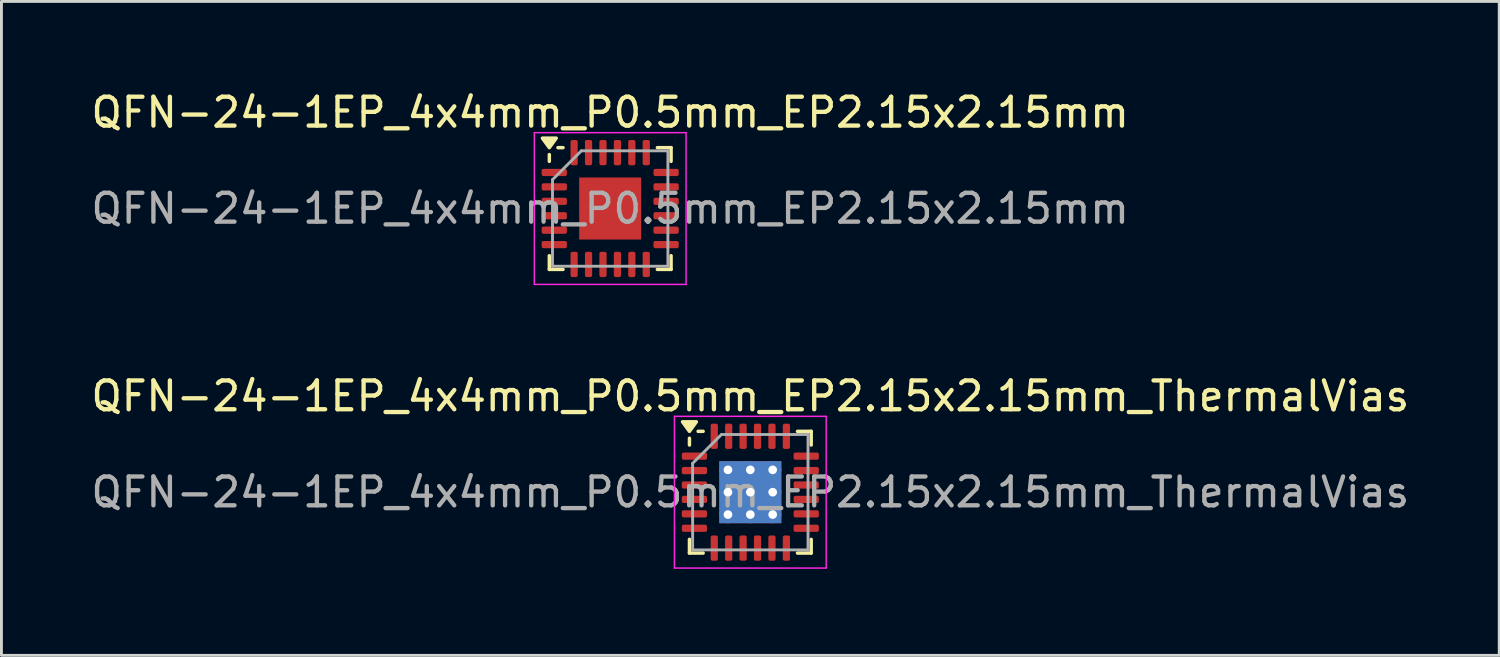
<source format=kicad_pcb>
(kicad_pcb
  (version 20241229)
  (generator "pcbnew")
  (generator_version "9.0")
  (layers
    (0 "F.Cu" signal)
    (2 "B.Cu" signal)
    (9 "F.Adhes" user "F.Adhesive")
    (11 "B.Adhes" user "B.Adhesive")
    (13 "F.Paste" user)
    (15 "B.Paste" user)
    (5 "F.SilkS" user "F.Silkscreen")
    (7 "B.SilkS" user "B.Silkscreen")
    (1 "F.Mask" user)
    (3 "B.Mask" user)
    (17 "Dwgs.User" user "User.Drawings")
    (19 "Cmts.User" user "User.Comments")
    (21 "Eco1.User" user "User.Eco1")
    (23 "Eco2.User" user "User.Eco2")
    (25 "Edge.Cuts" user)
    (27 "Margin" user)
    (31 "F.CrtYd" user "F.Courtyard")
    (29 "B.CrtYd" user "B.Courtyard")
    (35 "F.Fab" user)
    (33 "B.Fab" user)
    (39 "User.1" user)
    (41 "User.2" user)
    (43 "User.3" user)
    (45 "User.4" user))
  (footprint "QFN-24-1EP_4x4mm_P0.5mm_EP2.15x2.15mm_ThermalVias"
    (layer "F.Cu")
    (at 22.958 14.011)
    (property "Reference" "QFN-24-1EP_4x4mm_P0.5mm_EP2.15x2.15mm_ThermalVias" (at 0 -3.33 0) (layer "F.SilkS") (effects (font (size 1 1) (thickness 0.15))))
    (attr smd)
    (fp_line (start -2.11 -1.635) (end -2.11 -1.87) (stroke (width 0.12) (type solid)) (layer "F.SilkS"))
    (fp_line (start -2.11 2.11) (end -2.11 1.635) (stroke (width 0.12) (type solid)) (layer "F.SilkS"))
    (fp_line (start -1.635 -2.11) (end -1.81 -2.11) (stroke (width 0.12) (type solid)) (layer "F.SilkS"))
    (fp_line (start -1.635 2.11) (end -2.11 2.11) (stroke (width 0.12) (type solid)) (layer "F.SilkS"))
    (fp_line (start 1.635 -2.11) (end 2.11 -2.11) (stroke (width 0.12) (type solid)) (layer "F.SilkS"))
    (fp_line (start 1.635 2.11) (end 2.11 2.11) (stroke (width 0.12) (type solid)) (layer "F.SilkS"))
    (fp_line (start 2.11 -2.11) (end 2.11 -1.635) (stroke (width 0.12) (type solid)) (layer "F.SilkS"))
    (fp_line (start 2.11 2.11) (end 2.11 1.635) (stroke (width 0.12) (type solid)) (layer "F.SilkS"))
    (fp_poly (pts (xy -2.11 -2.11) (xy -2.35 -2.44) (xy -1.87 -2.44) (xy -2.11 -2.11)) (stroke (width 0.12) (type solid)) (fill yes) (layer "F.SilkS"))
    (fp_line (start -2.63 -2.63) (end -2.63 2.63) (stroke (width 0.05) (type solid)) (layer "F.CrtYd"))
    (fp_line (start -2.63 2.63) (end 2.63 2.63) (stroke (width 0.05) (type solid)) (layer "F.CrtYd"))
    (fp_line (start 2.63 -2.63) (end -2.63 -2.63) (stroke (width 0.05) (type solid)) (layer "F.CrtYd"))
    (fp_line (start 2.63 2.63) (end 2.63 -2.63) (stroke (width 0.05) (type solid)) (layer "F.CrtYd"))
    (fp_line (start -2 -1) (end -1 -2) (stroke (width 0.1) (type solid)) (layer "F.Fab"))
    (fp_line (start -2 2) (end -2 -1) (stroke (width 0.1) (type solid)) (layer "F.Fab"))
    (fp_line (start -1 -2) (end 2 -2) (stroke (width 0.1) (type solid)) (layer "F.Fab"))
    (fp_line (start 2 -2) (end 2 2) (stroke (width 0.1) (type solid)) (layer "F.Fab"))
    (fp_line (start 2 2) (end -2 2) (stroke (width 0.1) (type solid)) (layer "F.Fab"))
    (fp_text user "${REFERENCE}" (at 0 0 0) (layer "F.Fab") (effects (font (size 1 1) (thickness 0.15))))
    (pad "" smd roundrect (at -0.54 -0.54) (size 0.87 0.87) (layers "F.Paste") (roundrect_rratio 0.25))
    (pad "" smd roundrect (at -0.54 0.54) (size 0.87 0.87) (layers "F.Paste") (roundrect_rratio 0.25))
    (pad "" smd roundrect (at 0.54 -0.54) (size 0.87 0.87) (layers "F.Paste") (roundrect_rratio 0.25))
    (pad "" smd roundrect (at 0.54 0.54) (size 0.87 0.87) (layers "F.Paste") (roundrect_rratio 0.25))
    (pad "1" smd roundrect (at -1.938 -1.25) (size 0.875 0.25) (layers "F.Cu" "F.Mask" "F.Paste") (roundrect_rratio 0.25))
    (pad "2" smd roundrect (at -1.938 -0.75) (size 0.875 0.25) (layers "F.Cu" "F.Mask" "F.Paste") (roundrect_rratio 0.25))
    (pad "3" smd roundrect (at -1.938 -0.25) (size 0.875 0.25) (layers "F.Cu" "F.Mask" "F.Paste") (roundrect_rratio 0.25))
    (pad "4" smd roundrect (at -1.938 0.25) (size 0.875 0.25) (layers "F.Cu" "F.Mask" "F.Paste") (roundrect_rratio 0.25))
    (pad "5" smd roundrect (at -1.938 0.75) (size 0.875 0.25) (layers "F.Cu" "F.Mask" "F.Paste") (roundrect_rratio 0.25))
    (pad "6" smd roundrect (at -1.938 1.25) (size 0.875 0.25) (layers "F.Cu" "F.Mask" "F.Paste") (roundrect_rratio 0.25))
    (pad "7" smd roundrect (at -1.25 1.938) (size 0.25 0.875) (layers "F.Cu" "F.Mask" "F.Paste") (roundrect_rratio 0.25))
    (pad "8" smd roundrect (at -0.75 1.938) (size 0.25 0.875) (layers "F.Cu" "F.Mask" "F.Paste") (roundrect_rratio 0.25))
    (pad "9" smd roundrect (at -0.25 1.938) (size 0.25 0.875) (layers "F.Cu" "F.Mask" "F.Paste") (roundrect_rratio 0.25))
    (pad "10" smd roundrect (at 0.25 1.938) (size 0.25 0.875) (layers "F.Cu" "F.Mask" "F.Paste") (roundrect_rratio 0.25))
    (pad "11" smd roundrect (at 0.75 1.938) (size 0.25 0.875) (layers "F.Cu" "F.Mask" "F.Paste") (roundrect_rratio 0.25))
    (pad "12" smd roundrect (at 1.25 1.938) (size 0.25 0.875) (layers "F.Cu" "F.Mask" "F.Paste") (roundrect_rratio 0.25))
    (pad "13" smd roundrect (at 1.938 1.25) (size 0.875 0.25) (layers "F.Cu" "F.Mask" "F.Paste") (roundrect_rratio 0.25))
    (pad "14" smd roundrect (at 1.938 0.75) (size 0.875 0.25) (layers "F.Cu" "F.Mask" "F.Paste") (roundrect_rratio 0.25))
    (pad "15" smd roundrect (at 1.938 0.25) (size 0.875 0.25) (layers "F.Cu" "F.Mask" "F.Paste") (roundrect_rratio 0.25))
    (pad "16" smd roundrect (at 1.938 -0.25) (size 0.875 0.25) (layers "F.Cu" "F.Mask" "F.Paste") (roundrect_rratio 0.25))
    (pad "17" smd roundrect (at 1.938 -0.75) (size 0.875 0.25) (layers "F.Cu" "F.Mask" "F.Paste") (roundrect_rratio 0.25))
    (pad "18" smd roundrect (at 1.938 -1.25) (size 0.875 0.25) (layers "F.Cu" "F.Mask" "F.Paste") (roundrect_rratio 0.25))
    (pad "19" smd roundrect (at 1.25 -1.938) (size 0.25 0.875) (layers "F.Cu" "F.Mask" "F.Paste") (roundrect_rratio 0.25))
    (pad "20" smd roundrect (at 0.75 -1.938) (size 0.25 0.875) (layers "F.Cu" "F.Mask" "F.Paste") (roundrect_rratio 0.25))
    (pad "21" smd roundrect (at 0.25 -1.938) (size 0.25 0.875) (layers "F.Cu" "F.Mask" "F.Paste") (roundrect_rratio 0.25))
    (pad "22" smd roundrect (at -0.25 -1.938) (size 0.25 0.875) (layers "F.Cu" "F.Mask" "F.Paste") (roundrect_rratio 0.25))
    (pad "23" smd roundrect (at -0.75 -1.938) (size 0.25 0.875) (layers "F.Cu" "F.Mask" "F.Paste") (roundrect_rratio 0.25))
    (pad "24" smd roundrect (at -1.25 -1.938) (size 0.25 0.875) (layers "F.Cu" "F.Mask" "F.Paste") (roundrect_rratio 0.25))
    (pad "25" thru_hole circle (at -0.775 -0.775) (size 0.6 0.6) (drill 0.3) (property pad_prop_heatsink) (layers "*.Cu"))
    (pad "25" thru_hole circle (at -0.775 0) (size 0.6 0.6) (drill 0.3) (property pad_prop_heatsink) (layers "*.Cu"))
    (pad "25" thru_hole circle (at -0.775 0.775) (size 0.6 0.6) (drill 0.3) (property pad_prop_heatsink) (layers "*.Cu"))
    (pad "25" thru_hole circle (at 0 -0.775) (size 0.6 0.6) (drill 0.3) (property pad_prop_heatsink) (layers "*.Cu"))
    (pad "25" thru_hole circle (at 0 0) (size 0.6 0.6) (drill 0.3) (property pad_prop_heatsink) (layers "*.Cu"))
    (pad "25" smd rect (at 0 0) (size 2.15 2.15) (property pad_prop_heatsink) (layers "F.Cu" "F.Mask"))
    (pad "25" smd rect (at 0 0) (size 2.15 2.15) (property pad_prop_heatsink) (layers "B.Cu"))
    (pad "25" thru_hole circle (at 0 0.775) (size 0.6 0.6) (drill 0.3) (property pad_prop_heatsink) (layers "*.Cu"))
    (pad "25" thru_hole circle (at 0.775 -0.775) (size 0.6 0.6) (drill 0.3) (property pad_prop_heatsink) (layers "*.Cu"))
    (pad "25" thru_hole circle (at 0.775 0) (size 0.6 0.6) (drill 0.3) (property pad_prop_heatsink) (layers "*.Cu"))
    (pad "25" thru_hole circle (at 0.775 0.775) (size 0.6 0.6) (drill 0.3) (property pad_prop_heatsink) (layers "*.Cu")))
  (footprint "QFN-24-1EP_4x4mm_P0.5mm_EP2.15x2.15mm"
    (layer "F.Cu")
    (at 18.101 4.178)
    (property "Reference" "QFN-24-1EP_4x4mm_P0.5mm_EP2.15x2.15mm" (at 0 -3.33 0) (layer "F.SilkS") (effects (font (size 1 1) (thickness 0.15))))
    (attr smd)
    (fp_line (start -2.11 -1.635) (end -2.11 -1.87) (stroke (width 0.12) (type solid)) (layer "F.SilkS"))
    (fp_line (start -2.11 2.11) (end -2.11 1.635) (stroke (width 0.12) (type solid)) (layer "F.SilkS"))
    (fp_line (start -1.635 -2.11) (end -1.81 -2.11) (stroke (width 0.12) (type solid)) (layer "F.SilkS"))
    (fp_line (start -1.635 2.11) (end -2.11 2.11) (stroke (width 0.12) (type solid)) (layer "F.SilkS"))
    (fp_line (start 1.635 -2.11) (end 2.11 -2.11) (stroke (width 0.12) (type solid)) (layer "F.SilkS"))
    (fp_line (start 1.635 2.11) (end 2.11 2.11) (stroke (width 0.12) (type solid)) (layer "F.SilkS"))
    (fp_line (start 2.11 -2.11) (end 2.11 -1.635) (stroke (width 0.12) (type solid)) (layer "F.SilkS"))
    (fp_line (start 2.11 2.11) (end 2.11 1.635) (stroke (width 0.12) (type solid)) (layer "F.SilkS"))
    (fp_poly (pts (xy -2.11 -2.11) (xy -2.35 -2.44) (xy -1.87 -2.44) (xy -2.11 -2.11)) (stroke (width 0.12) (type solid)) (fill yes) (layer "F.SilkS"))
    (fp_line (start -2.63 -2.63) (end -2.63 2.63) (stroke (width 0.05) (type solid)) (layer "F.CrtYd"))
    (fp_line (start -2.63 2.63) (end 2.63 2.63) (stroke (width 0.05) (type solid)) (layer "F.CrtYd"))
    (fp_line (start 2.63 -2.63) (end -2.63 -2.63) (stroke (width 0.05) (type solid)) (layer "F.CrtYd"))
    (fp_line (start 2.63 2.63) (end 2.63 -2.63) (stroke (width 0.05) (type solid)) (layer "F.CrtYd"))
    (fp_line (start -2 -1) (end -1 -2) (stroke (width 0.1) (type solid)) (layer "F.Fab"))
    (fp_line (start -2 2) (end -2 -1) (stroke (width 0.1) (type solid)) (layer "F.Fab"))
    (fp_line (start -1 -2) (end 2 -2) (stroke (width 0.1) (type solid)) (layer "F.Fab"))
    (fp_line (start 2 -2) (end 2 2) (stroke (width 0.1) (type solid)) (layer "F.Fab"))
    (fp_line (start 2 2) (end -2 2) (stroke (width 0.1) (type solid)) (layer "F.Fab"))
    (fp_text user "${REFERENCE}" (at 0 0 0) (layer "F.Fab") (effects (font (size 1 1) (thickness 0.15))))
    (pad "" smd roundrect (at -0.54 -0.54) (size 0.87 0.87) (layers "F.Paste") (roundrect_rratio 0.25))
    (pad "" smd roundrect (at -0.54 0.54) (size 0.87 0.87) (layers "F.Paste") (roundrect_rratio 0.25))
    (pad "" smd roundrect (at 0.54 -0.54) (size 0.87 0.87) (layers "F.Paste") (roundrect_rratio 0.25))
    (pad "" smd roundrect (at 0.54 0.54) (size 0.87 0.87) (layers "F.Paste") (roundrect_rratio 0.25))
    (pad "1" smd roundrect (at -1.938 -1.25) (size 0.875 0.25) (layers "F.Cu" "F.Mask" "F.Paste") (roundrect_rratio 0.25))
    (pad "2" smd roundrect (at -1.938 -0.75) (size 0.875 0.25) (layers "F.Cu" "F.Mask" "F.Paste") (roundrect_rratio 0.25))
    (pad "3" smd roundrect (at -1.938 -0.25) (size 0.875 0.25) (layers "F.Cu" "F.Mask" "F.Paste") (roundrect_rratio 0.25))
    (pad "4" smd roundrect (at -1.938 0.25) (size 0.875 0.25) (layers "F.Cu" "F.Mask" "F.Paste") (roundrect_rratio 0.25))
    (pad "5" smd roundrect (at -1.938 0.75) (size 0.875 0.25) (layers "F.Cu" "F.Mask" "F.Paste") (roundrect_rratio 0.25))
    (pad "6" smd roundrect (at -1.938 1.25) (size 0.875 0.25) (layers "F.Cu" "F.Mask" "F.Paste") (roundrect_rratio 0.25))
    (pad "7" smd roundrect (at -1.25 1.938) (size 0.25 0.875) (layers "F.Cu" "F.Mask" "F.Paste") (roundrect_rratio 0.25))
    (pad "8" smd roundrect (at -0.75 1.938) (size 0.25 0.875) (layers "F.Cu" "F.Mask" "F.Paste") (roundrect_rratio 0.25))
    (pad "9" smd roundrect (at -0.25 1.938) (size 0.25 0.875) (layers "F.Cu" "F.Mask" "F.Paste") (roundrect_rratio 0.25))
    (pad "10" smd roundrect (at 0.25 1.938) (size 0.25 0.875) (layers "F.Cu" "F.Mask" "F.Paste") (roundrect_rratio 0.25))
    (pad "11" smd roundrect (at 0.75 1.938) (size 0.25 0.875) (layers "F.Cu" "F.Mask" "F.Paste") (roundrect_rratio 0.25))
    (pad "12" smd roundrect (at 1.25 1.938) (size 0.25 0.875) (layers "F.Cu" "F.Mask" "F.Paste") (roundrect_rratio 0.25))
    (pad "13" smd roundrect (at 1.938 1.25) (size 0.875 0.25) (layers "F.Cu" "F.Mask" "F.Paste") (roundrect_rratio 0.25))
    (pad "14" smd roundrect (at 1.938 0.75) (size 0.875 0.25) (layers "F.Cu" "F.Mask" "F.Paste") (roundrect_rratio 0.25))
    (pad "15" smd roundrect (at 1.938 0.25) (size 0.875 0.25) (layers "F.Cu" "F.Mask" "F.Paste") (roundrect_rratio 0.25))
    (pad "16" smd roundrect (at 1.938 -0.25) (size 0.875 0.25) (layers "F.Cu" "F.Mask" "F.Paste") (roundrect_rratio 0.25))
    (pad "17" smd roundrect (at 1.938 -0.75) (size 0.875 0.25) (layers "F.Cu" "F.Mask" "F.Paste") (roundrect_rratio 0.25))
    (pad "18" smd roundrect (at 1.938 -1.25) (size 0.875 0.25) (layers "F.Cu" "F.Mask" "F.Paste") (roundrect_rratio 0.25))
    (pad "19" smd roundrect (at 1.25 -1.938) (size 0.25 0.875) (layers "F.Cu" "F.Mask" "F.Paste") (roundrect_rratio 0.25))
    (pad "20" smd roundrect (at 0.75 -1.938) (size 0.25 0.875) (layers "F.Cu" "F.Mask" "F.Paste") (roundrect_rratio 0.25))
    (pad "21" smd roundrect (at 0.25 -1.938) (size 0.25 0.875) (layers "F.Cu" "F.Mask" "F.Paste") (roundrect_rratio 0.25))
    (pad "22" smd roundrect (at -0.25 -1.938) (size 0.25 0.875) (layers "F.Cu" "F.Mask" "F.Paste") (roundrect_rratio 0.25))
    (pad "23" smd roundrect (at -0.75 -1.938) (size 0.25 0.875) (layers "F.Cu" "F.Mask" "F.Paste") (roundrect_rratio 0.25))
    (pad "24" smd roundrect (at -1.25 -1.938) (size 0.25 0.875) (layers "F.Cu" "F.Mask" "F.Paste") (roundrect_rratio 0.25))
    (pad "25" smd rect (at 0 0) (size 2.15 2.15) (property pad_prop_heatsink) (layers "F.Cu" "F.Mask")))
  (gr_rect
    (start -3 -3)
    (end 48.917 19.666)
    (stroke (width 0.1) (type default))
    (fill no)
    (layer "Edge.Cuts")))
</source>
